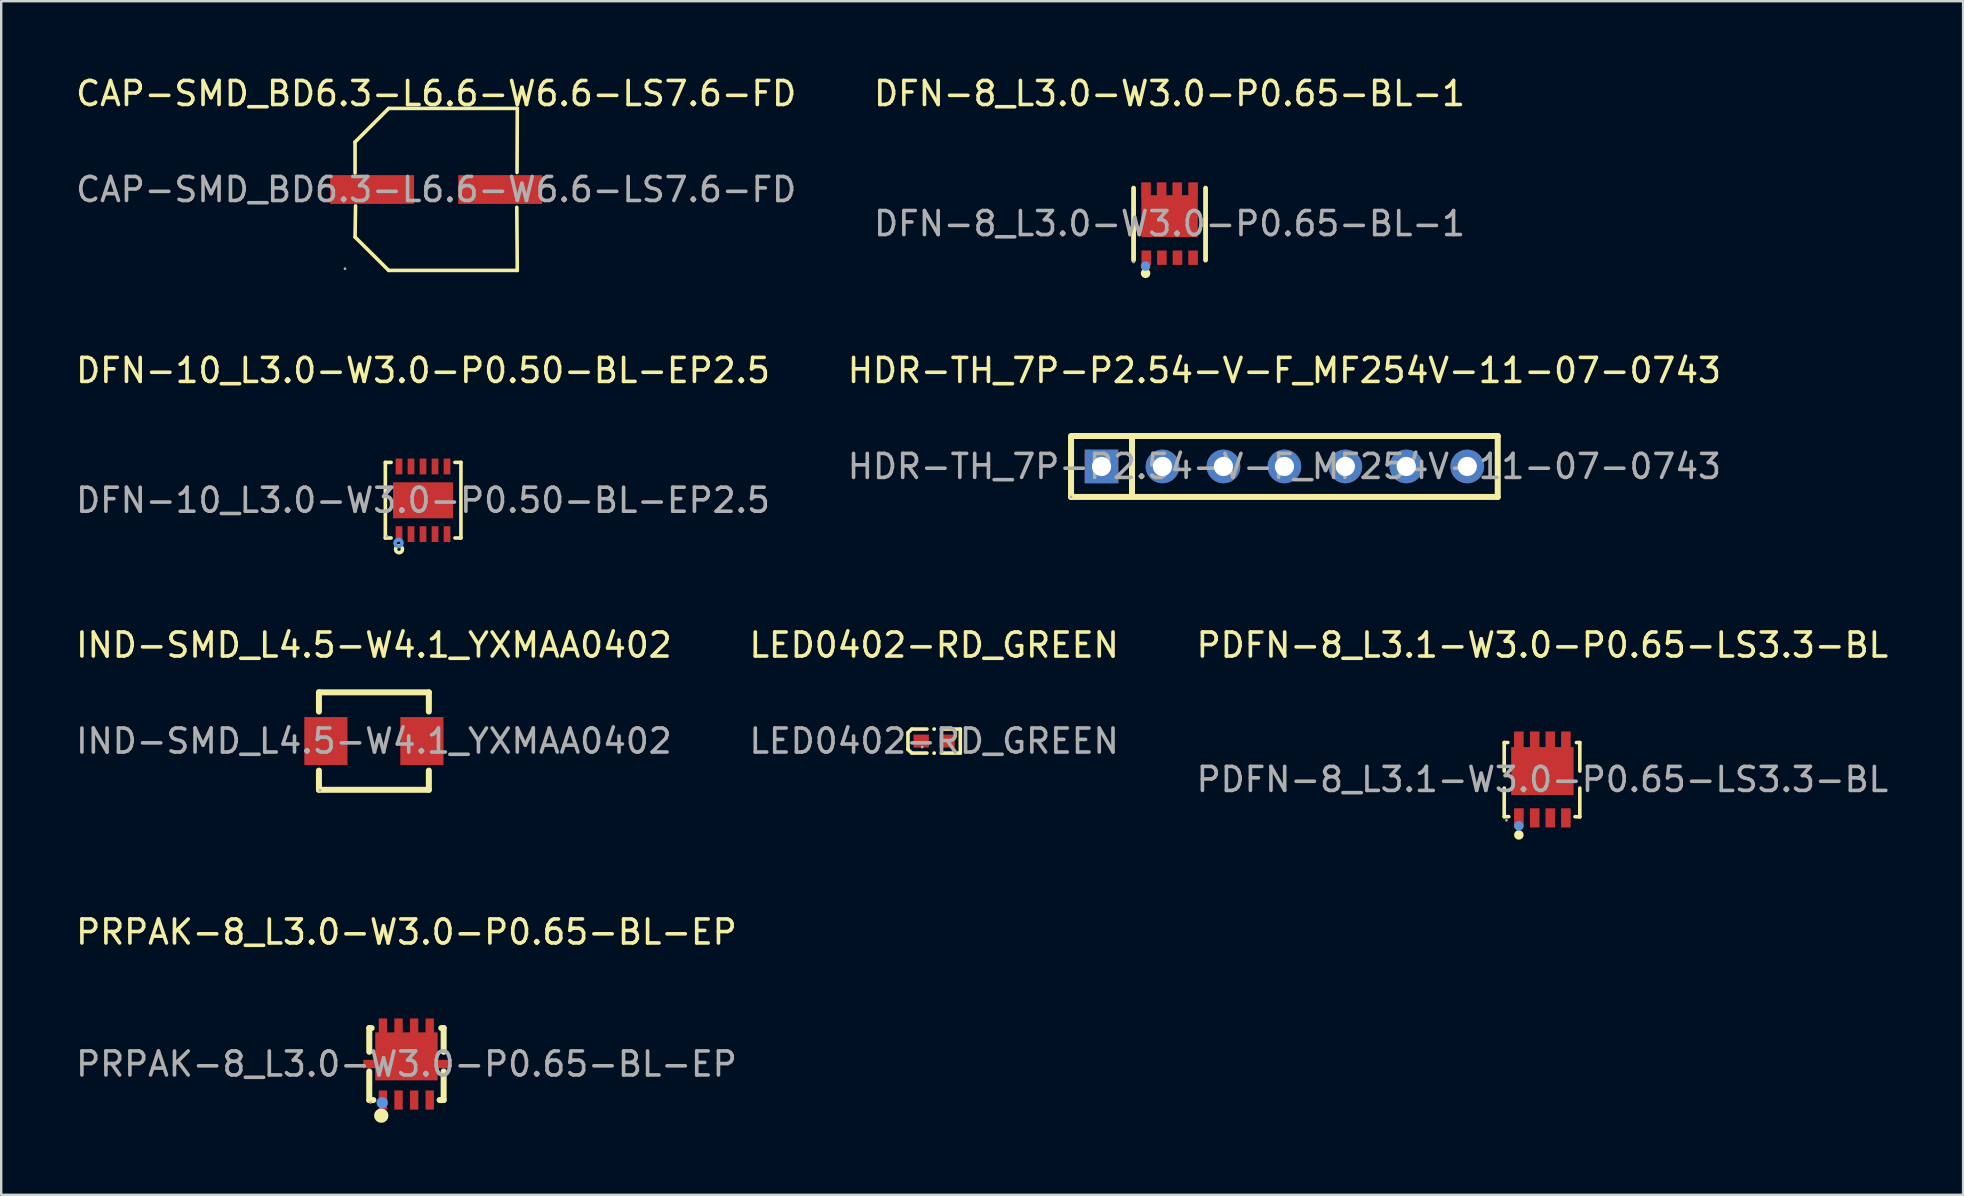
<source format=kicad_pcb>
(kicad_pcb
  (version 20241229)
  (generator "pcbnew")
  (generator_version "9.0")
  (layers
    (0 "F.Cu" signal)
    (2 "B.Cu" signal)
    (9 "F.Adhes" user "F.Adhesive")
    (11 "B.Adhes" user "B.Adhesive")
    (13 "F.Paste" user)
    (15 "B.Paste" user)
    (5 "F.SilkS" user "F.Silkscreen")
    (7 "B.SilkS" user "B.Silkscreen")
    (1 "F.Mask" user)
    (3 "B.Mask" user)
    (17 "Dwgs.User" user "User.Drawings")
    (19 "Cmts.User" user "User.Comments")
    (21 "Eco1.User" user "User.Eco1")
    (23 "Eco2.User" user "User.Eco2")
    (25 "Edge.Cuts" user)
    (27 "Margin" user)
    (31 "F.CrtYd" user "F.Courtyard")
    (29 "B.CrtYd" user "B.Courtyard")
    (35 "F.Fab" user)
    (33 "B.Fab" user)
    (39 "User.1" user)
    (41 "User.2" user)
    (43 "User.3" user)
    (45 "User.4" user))
  (footprint "LED0402-RD_GREEN"
    (layer "F.Cu")
    (at 35.875 27.83)
    (property "Reference" "LED0402-RD_GREEN" (at 0 -4 0) (layer "F.SilkS") (effects (font (size 1 1) (thickness 0.15))))
    (attr smd)
    (fp_line (start -1.09 -0.35) (end -0.93 -0.5) (stroke (width 0.15) (type solid)) (layer "F.SilkS"))
    (fp_line (start -1.09 0.35) (end -1.09 -0.35) (stroke (width 0.15) (type solid)) (layer "F.SilkS"))
    (fp_line (start -0.93 -0.5) (end -0.3 -0.5) (stroke (width 0.15) (type solid)) (layer "F.SilkS"))
    (fp_line (start -0.93 0.5) (end -1.09 0.35) (stroke (width 0.15) (type solid)) (layer "F.SilkS"))
    (fp_line (start -0.3 0.5) (end -0.93 0.5) (stroke (width 0.15) (type solid)) (layer "F.SilkS"))
    (fp_line (start 0.3 0.5) (end 1.09 0.5) (stroke (width 0.15) (type solid)) (layer "F.SilkS"))
    (fp_line (start 1.09 -0.5) (end 0.3 -0.5) (stroke (width 0.15) (type solid)) (layer "F.SilkS"))
    (fp_line (start 1.09 0.5) (end 1.09 -0.5) (stroke (width 0.15) (type solid)) (layer "F.SilkS"))
    (fp_circle (center 0 -0.5) (end 0.04 -0.5) (stroke (width 0.08) (type solid)) (fill no) (layer "F.SilkS"))
    (fp_circle (center 0 0.5) (end 0.04 0.5) (stroke (width 0.08) (type solid)) (fill no) (layer "F.SilkS"))
    (fp_circle (center -0.5 0.25) (end -0.47 0.25) (stroke (width 0.06) (type solid)) (fill no) (layer "F.Fab"))
    (fp_text user "${REFERENCE}" (at 0 0 0) (layer "F.Fab") (effects (font (size 1 1) (thickness 0.15))))
    (pad "1" smd rect (at -0.54 0) (size 0.64 0.54) (layers "F.Cu" "F.Mask" "F.Paste"))
    (pad "2" smd rect (at 0.54 0) (size 0.64 0.54) (layers "F.Cu" "F.Mask" "F.Paste")))
  (footprint "PDFN-8_L3.1-W3.0-P0.65-LS3.3-BL"
    (layer "F.Cu")
    (at 61.22 29.43)
    (property "Reference" "PDFN-8_L3.1-W3.0-P0.65-LS3.3-BL" (at 0 -5.6 0) (layer "F.SilkS") (effects (font (size 1 1) (thickness 0.15))))
    (attr smd)
    (fp_line (start -1.59 -1.54) (end -1.44 -1.54) (stroke (width 0.15) (type solid)) (layer "F.SilkS"))
    (fp_line (start -1.59 -0.35) (end -1.59 -1.54) (stroke (width 0.15) (type solid)) (layer "F.SilkS"))
    (fp_line (start -1.59 1.55) (end -1.59 0.36) (stroke (width 0.15) (type solid)) (layer "F.SilkS"))
    (fp_line (start -1.59 1.55) (end -1.4 1.55) (stroke (width 0.15) (type solid)) (layer "F.SilkS"))
    (fp_line (start 1.36 1.55) (end 1.56 1.56) (stroke (width 0.15) (type solid)) (layer "F.SilkS"))
    (fp_line (start 1.42 -1.54) (end 1.56 -1.54) (stroke (width 0.15) (type solid)) (layer "F.SilkS"))
    (fp_line (start 1.56 -1.54) (end 1.56 -0.35) (stroke (width 0.15) (type solid)) (layer "F.SilkS"))
    (fp_line (start 1.56 0.36) (end 1.56 1.56) (stroke (width 0.15) (type solid)) (layer "F.SilkS"))
    (fp_circle (center -0.98 2.31) (end -0.88 2.31) (stroke (width 0.2) (type solid)) (fill no) (layer "F.SilkS"))
    (fp_circle (center -0.98 1.93) (end -0.88 1.93) (stroke (width 0.2) (type solid)) (fill no) (layer "Cmts.User"))
    (fp_circle (center -1.5 1.7) (end -1.47 1.7) (stroke (width 0.06) (type solid)) (fill no) (layer "F.Fab"))
    (fp_text user "${REFERENCE}" (at 0 0 0) (layer "F.Fab") (effects (font (size 1 1) (thickness 0.15))))
    (pad "1" smd rect (at -0.98 1.6) (size 0.4 0.8) (layers "F.Cu" "F.Mask" "F.Paste"))
    (pad "2" smd rect (at -0.32 1.6) (size 0.4 0.8) (layers "F.Cu" "F.Mask" "F.Paste"))
    (pad "3" smd rect (at 0.33 1.6) (size 0.4 0.8) (layers "F.Cu" "F.Mask" "F.Paste"))
    (pad "4" smd rect (at 0.98 1.6) (size 0.4 0.8) (layers "F.Cu" "F.Mask" "F.Paste"))
    (pad "5" smd rect (at 0.98 -1.6 180) (size 0.4 0.8) (layers "F.Cu" "F.Mask" "F.Paste"))
    (pad "6" smd rect (at 0.33 -1.6 180) (size 0.4 0.8) (layers "F.Cu" "F.Mask" "F.Paste"))
    (pad "7" smd rect (at -0.32 -1.6 180) (size 0.4 0.8) (layers "F.Cu" "F.Mask" "F.Paste"))
    (pad "8" smd rect (at -0.98 -1.6 180) (size 0.4 0.8) (layers "F.Cu" "F.Mask" "F.Paste"))
    (pad "9" smd rect (at 0 -0.35) (size 2.6 2) (layers "F.Cu" "F.Mask" "F.Paste")))
  (footprint "DFN-10_L3.0-W3.0-P0.50-BL-EP2.5"
    (layer "F.Cu")
    (at 14.577 17.797)
    (property "Reference" "DFN-10_L3.0-W3.0-P0.50-BL-EP2.5" (at 0 -5.41 0) (layer "F.SilkS") (effects (font (size 1 1) (thickness 0.15))))
    (attr smd)
    (fp_line (start -1.57 -1.58) (end -1.33 -1.58) (stroke (width 0.15) (type solid)) (layer "F.SilkS"))
    (fp_line (start -1.57 1.57) (end -1.57 -1.58) (stroke (width 0.15) (type solid)) (layer "F.SilkS"))
    (fp_line (start -1.33 1.57) (end -1.57 1.57) (stroke (width 0.15) (type solid)) (layer "F.SilkS"))
    (fp_line (start 1.33 1.57) (end 1.58 1.57) (stroke (width 0.15) (type solid)) (layer "F.SilkS"))
    (fp_line (start 1.58 -1.58) (end 1.33 -1.58) (stroke (width 0.15) (type solid)) (layer "F.SilkS"))
    (fp_line (start 1.58 1.57) (end 1.58 -1.58) (stroke (width 0.15) (type solid)) (layer "F.SilkS"))
    (fp_circle (center -1 2.04) (end -0.93 2.04) (stroke (width 0.15) (type solid)) (fill no) (layer "F.SilkS"))
    (fp_circle (center -1.02 1.78) (end -0.95 1.78) (stroke (width 0.15) (type solid)) (fill no) (layer "Cmts.User"))
    (fp_circle (center -1.5 1.5) (end -1.47 1.5) (stroke (width 0.06) (type solid)) (fill no) (layer "F.Fab"))
    (fp_text user "${REFERENCE}" (at 0 0 0) (layer "F.Fab") (effects (font (size 1 1) (thickness 0.15))))
    (pad "1" smd rect (at -1 1.41) (size 0.28 0.66) (layers "F.Cu" "F.Mask" "F.Paste"))
    (pad "2" smd rect (at -0.5 1.41) (size 0.28 0.66) (layers "F.Cu" "F.Mask" "F.Paste"))
    (pad "3" smd rect (at 0 1.41) (size 0.28 0.66) (layers "F.Cu" "F.Mask" "F.Paste"))
    (pad "4" smd rect (at 0.5 1.41) (size 0.28 0.66) (layers "F.Cu" "F.Mask" "F.Paste"))
    (pad "5" smd rect (at 1 1.41) (size 0.28 0.66) (layers "F.Cu" "F.Mask" "F.Paste"))
    (pad "6" smd rect (at 1 -1.41) (size 0.28 0.66) (layers "F.Cu" "F.Mask" "F.Paste"))
    (pad "7" smd rect (at 0.5 -1.41) (size 0.28 0.66) (layers "F.Cu" "F.Mask" "F.Paste"))
    (pad "8" smd rect (at 0 -1.41) (size 0.28 0.66) (layers "F.Cu" "F.Mask" "F.Paste"))
    (pad "9" smd rect (at -0.5 -1.41) (size 0.28 0.66) (layers "F.Cu" "F.Mask" "F.Paste"))
    (pad "10" smd rect (at -1 -1.41) (size 0.28 0.66) (layers "F.Cu" "F.Mask" "F.Paste"))
    (pad "11" smd rect (at 0 0) (size 2.5 1.5) (layers "F.Cu" "F.Mask" "F.Paste")))
  (footprint "DFN-8_L3.0-W3.0-P0.65-BL-1"
    (layer "F.Cu")
    (at 45.685 6.268)
    (property "Reference" "DFN-8_L3.0-W3.0-P0.65-BL-1" (at 0 -5.42 0) (layer "F.SilkS") (effects (font (size 1 1) (thickness 0.15))))
    (attr smd)
    (fp_line (start -1.5 -1.48) (end -1.5 1.52) (stroke (width 0.2) (type solid)) (layer "F.SilkS"))
    (fp_line (start 1.5 -1.48) (end 1.5 1.52) (stroke (width 0.2) (type solid)) (layer "F.SilkS"))
    (fp_circle (center -1 2.07) (end -0.9 2.07) (stroke (width 0.2) (type solid)) (fill no) (layer "F.SilkS"))
    (fp_circle (center -1 1.77) (end -0.9 1.77) (stroke (width 0.2) (type solid)) (fill no) (layer "Cmts.User"))
    (fp_circle (center -1.5 1.6) (end -1.47 1.6) (stroke (width 0.06) (type solid)) (fill no) (layer "F.Fab"))
    (fp_text user "${REFERENCE}" (at 0 0 0) (layer "F.Fab") (effects (font (size 1 1) (thickness 0.15))))
    (pad "1" smd rect (at -0.97 1.42 180) (size 0.4 0.6) (layers "F.Cu" "F.Mask" "F.Paste"))
    (pad "2" smd rect (at -0.32 1.42 180) (size 0.4 0.6) (layers "F.Cu" "F.Mask" "F.Paste"))
    (pad "3" smd rect (at 0.33 1.42 180) (size 0.4 0.6) (layers "F.Cu" "F.Mask" "F.Paste"))
    (pad "4" smd rect (at 0.98 1.42 180) (size 0.4 0.6) (layers "F.Cu" "F.Mask" "F.Paste"))
    (pad "5" smd rect (at -0.98 -1.42 180) (size 0.4 0.6) (layers "F.Cu" "F.Mask" "F.Paste"))
    (pad "5" smd rect (at -0.33 -1.42 180) (size 0.4 0.6) (layers "F.Cu" "F.Mask" "F.Paste"))
    (pad "5" smd rect (at 0 -0.31 270) (size 1.75 2.35) (layers "F.Cu" "F.Mask" "F.Paste"))
    (pad "5" smd rect (at 0.32 -1.42 180) (size 0.4 0.6) (layers "F.Cu" "F.Mask" "F.Paste"))
    (pad "5" smd rect (at 0.98 -1.42 180) (size 0.4 0.6) (layers "F.Cu" "F.Mask" "F.Paste")))
  (footprint "PRPAK-8_L3.0-W3.0-P0.65-BL-EP"
    (layer "F.Cu")
    (at 13.887 41.288)
    (property "Reference" "PRPAK-8_L3.0-W3.0-P0.65-BL-EP" (at 0 -5.5 0) (layer "F.SilkS") (effects (font (size 1 1) (thickness 0.15))))
    (attr smd)
    (fp_line (start -1.55 -1.5) (end -1.55 -0.51) (stroke (width 0.25) (type solid)) (layer "F.SilkS"))
    (fp_line (start -1.55 -1.5) (end -1.45 -1.5) (stroke (width 0.25) (type solid)) (layer "F.SilkS"))
    (fp_line (start -1.55 0.31) (end -1.55 1.5) (stroke (width 0.25) (type solid)) (layer "F.SilkS"))
    (fp_line (start -1.38 1.5) (end -1.55 1.5) (stroke (width 0.25) (type solid)) (layer "F.SilkS"))
    (fp_line (start 1.45 -1.5) (end 1.55 -1.5) (stroke (width 0.25) (type solid)) (layer "F.SilkS"))
    (fp_line (start 1.55 -1.5) (end 1.55 -0.51) (stroke (width 0.25) (type solid)) (layer "F.SilkS"))
    (fp_line (start 1.55 0.31) (end 1.55 1.5) (stroke (width 0.25) (type solid)) (layer "F.SilkS"))
    (fp_line (start 1.55 1.5) (end 1.38 1.5) (stroke (width 0.25) (type solid)) (layer "F.SilkS"))
    (fp_circle (center -1.05 2.15) (end -0.9 2.15) (stroke (width 0.3) (type solid)) (fill no) (layer "F.SilkS"))
    (fp_circle (center -1.01 1.61) (end -0.89 1.61) (stroke (width 0.24) (type solid)) (fill no) (layer "Cmts.User"))
    (fp_circle (center -1.5 1.6) (end -1.47 1.6) (stroke (width 0.06) (type solid)) (fill no) (layer "F.Fab"))
    (fp_text user "${REFERENCE}" (at 0 0 0) (layer "F.Fab") (effects (font (size 1 1) (thickness 0.15))))
    (pad "1" smd rect (at -0.98 1.5) (size 0.35 0.8) (layers "F.Cu" "F.Mask" "F.Paste"))
    (pad "2" smd rect (at -0.33 1.5) (size 0.35 0.8) (layers "F.Cu" "F.Mask" "F.Paste"))
    (pad "3" smd rect (at 0.32 1.5) (size 0.35 0.8) (layers "F.Cu" "F.Mask" "F.Paste"))
    (pad "4" smd rect (at 0.97 1.5) (size 0.35 0.8) (layers "F.Cu" "F.Mask" "F.Paste"))
    (pad "5" smd rect (at 0.97 -1.5) (size 0.35 0.8) (layers "F.Cu" "F.Mask" "F.Paste"))
    (pad "6" smd rect (at 0.32 -1.5) (size 0.35 0.8) (layers "F.Cu" "F.Mask" "F.Paste"))
    (pad "7" smd rect (at -0.33 -1.5) (size 0.35 0.8) (layers "F.Cu" "F.Mask" "F.Paste"))
    (pad "8" smd rect (at -1.5 0) (size 0.6 0.35) (layers "F.Cu" "F.Mask" "F.Paste"))
    (pad "8" smd rect (at -0.98 -1.5) (size 0.35 0.8) (layers "F.Cu" "F.Mask" "F.Paste"))
    (pad "8" smd rect (at 0 -0.32) (size 2.6 2) (layers "F.Cu" "F.Mask" "F.Paste"))
    (pad "8" smd rect (at 1.5 0) (size 0.6 0.35) (layers "F.Cu" "F.Mask" "F.Paste")))
  (footprint "HDR-TH_7P-P2.54-V-F_MF254V-11-07-0743"
    (layer "F.Cu")
    (at 50.47 16.387)
    (property "Reference" "HDR-TH_7P-P2.54-V-F_MF254V-11-07-0743" (at 0 -4 0) (layer "F.SilkS") (effects (font (size 1 1) (thickness 0.15))))
    (attr through_hole)
    (fp_line (start -8.89 -1.27) (end 8.89 -1.27) (stroke (width 0.25) (type solid)) (layer "F.SilkS"))
    (fp_line (start -8.89 1.27) (end -8.89 -1.22) (stroke (width 0.25) (type solid)) (layer "F.SilkS"))
    (fp_line (start -6.35 -1.15) (end -6.35 1.14) (stroke (width 0.25) (type solid)) (layer "F.SilkS"))
    (fp_line (start 8.89 -1.27) (end 8.89 1.27) (stroke (width 0.25) (type solid)) (layer "F.SilkS"))
    (fp_line (start 8.89 1.27) (end -8.89 1.27) (stroke (width 0.25) (type solid)) (layer "F.SilkS"))
    (fp_circle (center -8.89 1.27) (end -8.86 1.27) (stroke (width 0.06) (type solid)) (fill no) (layer "F.Fab"))
    (fp_circle (center -7.62 0) (end -7.5 0) (stroke (width 0.25) (type solid)) (fill no) (layer "F.Fab"))
    (fp_circle (center -5.08 0) (end -4.96 0) (stroke (width 0.25) (type solid)) (fill no) (layer "F.Fab"))
    (fp_circle (center -2.54 0) (end -2.42 0) (stroke (width 0.25) (type solid)) (fill no) (layer "F.Fab"))
    (fp_circle (center 0 0) (end 0.12 0) (stroke (width 0.25) (type solid)) (fill no) (layer "F.Fab"))
    (fp_circle (center 2.54 0) (end 2.66 0) (stroke (width 0.25) (type solid)) (fill no) (layer "F.Fab"))
    (fp_circle (center 5.08 0) (end 5.2 0) (stroke (width 0.25) (type solid)) (fill no) (layer "F.Fab"))
    (fp_circle (center 7.62 0) (end 7.74 0) (stroke (width 0.25) (type solid)) (fill no) (layer "F.Fab"))
    (fp_text user "${REFERENCE}" (at 0 0 0) (layer "F.Fab") (effects (font (size 1 1) (thickness 0.15))))
    (pad "1" thru_hole rect (at -7.62 0) (size 1.4 1.4) (drill 0.8) (layers "*.Cu" "*.Mask"))
    (pad "2" thru_hole circle (at -5.08 0) (size 1.4 1.4) (drill 0.8) (layers "*.Cu" "*.Mask"))
    (pad "3" thru_hole circle (at -2.54 0) (size 1.4 1.4) (drill 0.8) (layers "*.Cu" "*.Mask"))
    (pad "4" thru_hole circle (at 0 0) (size 1.4 1.4) (drill 0.8) (layers "*.Cu" "*.Mask"))
    (pad "5" thru_hole circle (at 2.54 0) (size 1.4 1.4) (drill 0.8) (layers "*.Cu" "*.Mask"))
    (pad "6" thru_hole circle (at 5.08 0) (size 1.4 1.4) (drill 0.8) (layers "*.Cu" "*.Mask"))
    (pad "7" thru_hole circle (at 7.62 0) (size 1.4 1.4) (drill 0.8) (layers "*.Cu" "*.Mask")))
  (footprint "IND-SMD_L4.5-W4.1_YXMAA0402"
    (layer "F.Cu")
    (at 12.53 27.83)
    (property "Reference" "IND-SMD_L4.5-W4.1_YXMAA0402" (at 0 -4 0) (layer "F.SilkS") (effects (font (size 1 1) (thickness 0.15))))
    (attr smd)
    (fp_line (start -2.29 -2.03) (end 2.29 -2.03) (stroke (width 0.25) (type solid)) (layer "F.SilkS"))
    (fp_line (start -2.29 -1.23) (end -2.29 -2.03) (stroke (width 0.25) (type solid)) (layer "F.SilkS"))
    (fp_line (start -2.29 2.03) (end -2.29 1.23) (stroke (width 0.25) (type solid)) (layer "F.SilkS"))
    (fp_line (start 2.29 -2.03) (end 2.29 -1.23) (stroke (width 0.25) (type solid)) (layer "F.SilkS"))
    (fp_line (start 2.29 1.23) (end 2.29 2.03) (stroke (width 0.25) (type solid)) (layer "F.SilkS"))
    (fp_line (start 2.29 2.03) (end -2.29 2.03) (stroke (width 0.25) (type solid)) (layer "F.SilkS"))
    (fp_circle (center -2.25 2.05) (end -2.22 2.05) (stroke (width 0.06) (type solid)) (fill no) (layer "F.Fab"))
    (fp_text user "${REFERENCE}" (at 0 0 0) (layer "F.Fab") (effects (font (size 1 1) (thickness 0.15))))
    (pad "1" smd rect (at -2 0 90) (size 2 1.8) (layers "F.Cu" "F.Mask" "F.Paste"))
    (pad "2" smd rect (at 2 0 90) (size 2 1.8) (layers "F.Cu" "F.Mask" "F.Paste")))
  (footprint "CAP-SMD_BD6.3-L6.6-W6.6-LS7.6-FD"
    (layer "F.Cu")
    (at 15.125 4.848)
    (property "Reference" "CAP-SMD_BD6.3-L6.6-W6.6-LS7.6-FD" (at 0 -4 0) (layer "F.SilkS") (effects (font (size 1 1) (thickness 0.15))))
    (attr smd)
    (fp_line (start -3.38 -1.98) (end -3.38 -0.69) (stroke (width 0.15) (type solid)) (layer "F.SilkS"))
    (fp_line (start -3.38 1.98) (end -3.36 0.68) (stroke (width 0.15) (type solid)) (layer "F.SilkS"))
    (fp_line (start -1.98 -3.38) (end -3.38 -1.98) (stroke (width 0.15) (type solid)) (layer "F.SilkS"))
    (fp_line (start -1.98 3.37) (end -3.38 1.98) (stroke (width 0.15) (type solid)) (layer "F.SilkS"))
    (fp_line (start 3.36 0.74) (end 3.38 3.37) (stroke (width 0.15) (type solid)) (layer "F.SilkS"))
    (fp_line (start 3.37 -0.71) (end 3.38 -3.38) (stroke (width 0.15) (type solid)) (layer "F.SilkS"))
    (fp_line (start 3.38 -3.38) (end -1.98 -3.38) (stroke (width 0.15) (type solid)) (layer "F.SilkS"))
    (fp_line (start 3.38 3.37) (end -1.98 3.37) (stroke (width 0.15) (type solid)) (layer "F.SilkS"))
    (fp_circle (center -3.8 3.3) (end -3.77 3.3) (stroke (width 0.06) (type solid)) (fill no) (layer "F.Fab"))
    (fp_text user "${REFERENCE}" (at 0 0 0) (layer "F.Fab") (effects (font (size 1 1) (thickness 0.15))))
    (pad "1" smd rect (at -2.67 0) (size 3.5 1.2) (layers "F.Cu" "F.Mask" "F.Paste"))
    (pad "2" smd rect (at 2.67 0) (size 3.5 1.2) (layers "F.Cu" "F.Mask" "F.Paste")))
  (gr_rect
    (start -3 -3)
    (end 78.75 46.738)
    (stroke (width 0.1) (type default))
    (fill no)
    (layer "Edge.Cuts")))
</source>
